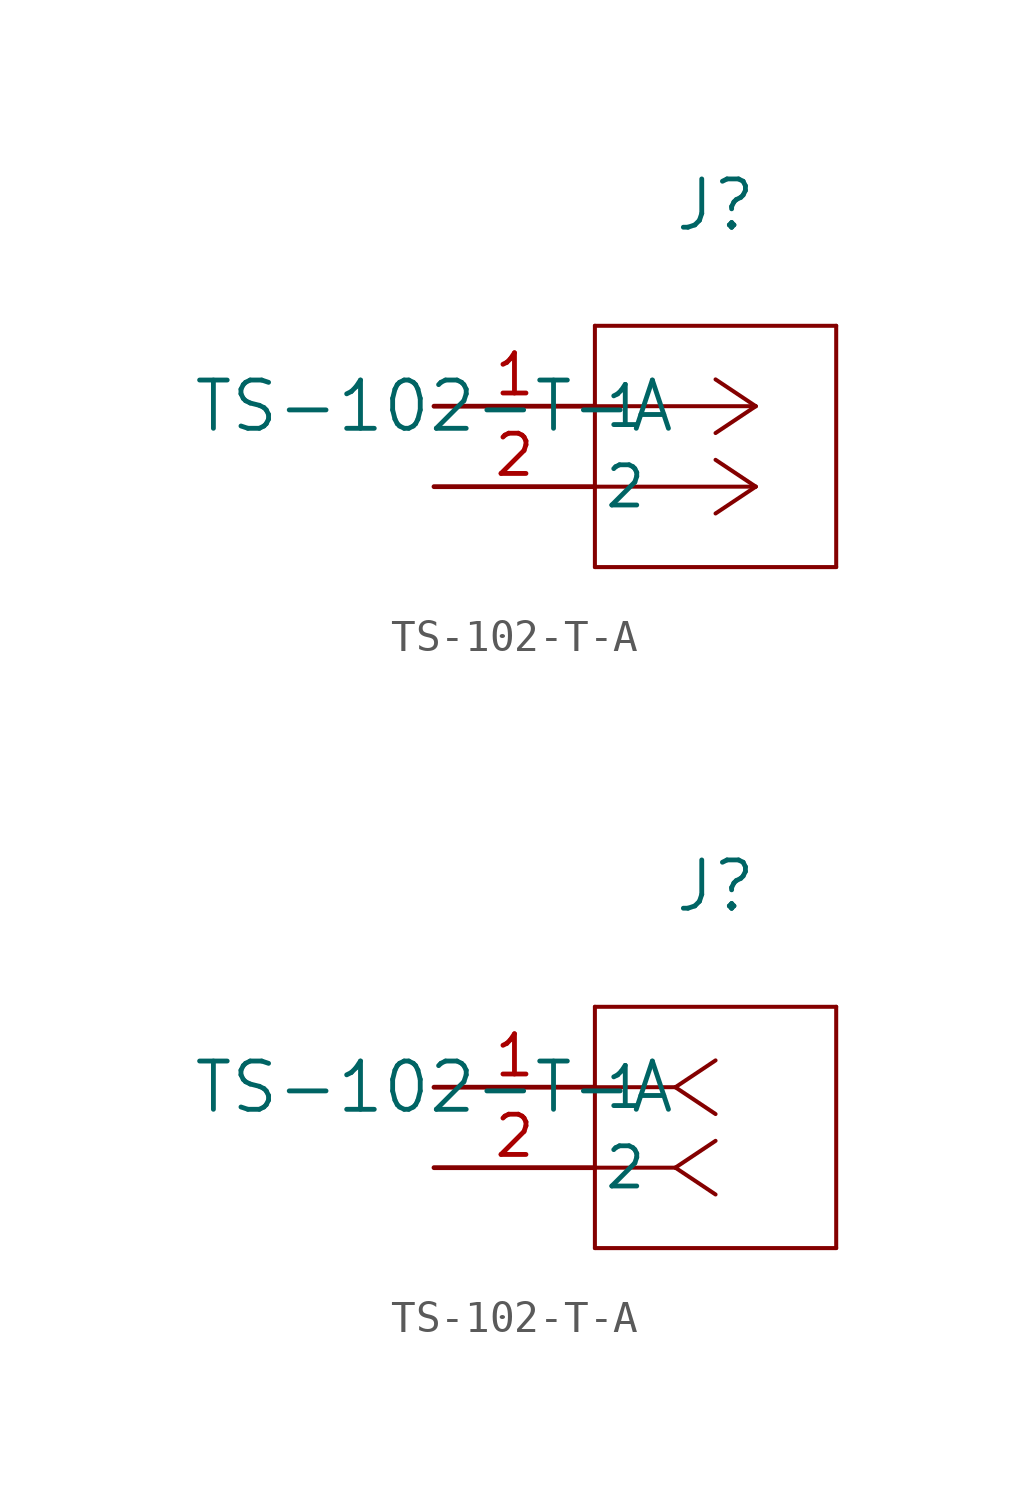
<source format=kicad_sym>
(kicad_symbol_lib
  (version 20211014)
  (generator kicad_symbol_editor)
  (symbol "TS-102-T-A"
    (pin_names
      (offset 0.254))
    (property "Reference" "J"
      (at 8.89 6.35 0)
      (effects (font (size 1.524 1.524))))
    (property "Value" "TS-102-T-A"
      (at 0 0 0)
      (effects (font (size 1.524 1.524))))
    (symbol "TS-102-T-A_1_1"
      (polyline (pts (xy 10.16 0) (xy 5.08 0)) (stroke (width 0.127) (type default) (color 0 0 0 0)) (fill (type none)))
      (polyline (pts (xy 10.16 -2.54) (xy 5.08 -2.54)) (stroke (width 0.127) (type default) (color 0 0 0 0)) (fill (type none)))
      (polyline (pts (xy 10.16 0) (xy 8.89 0.847)) (stroke (width 0.127) (type default) (color 0 0 0 0)) (fill (type none)))
      (polyline (pts (xy 10.16 -2.54) (xy 8.89 -1.693)) (stroke (width 0.127) (type default) (color 0 0 0 0)) (fill (type none)))
      (polyline (pts (xy 10.16 0) (xy 8.89 -0.847)) (stroke (width 0.127) (type default) (color 0 0 0 0)) (fill (type none)))
      (polyline (pts (xy 10.16 -2.54) (xy 8.89 -3.387)) (stroke (width 0.127) (type default) (color 0 0 0 0)) (fill (type none)))
      (polyline (pts (xy 5.08 2.54) (xy 5.08 -5.08)) (stroke (width 0.127) (type default) (color 0 0 0 0)) (fill (type none)))
      (polyline (pts (xy 5.08 -5.08) (xy 12.7 -5.08)) (stroke (width 0.127) (type default) (color 0 0 0 0)) (fill (type none)))
      (polyline (pts (xy 12.7 -5.08) (xy 12.7 2.54)) (stroke (width 0.127) (type default) (color 0 0 0 0)) (fill (type none)))
      (polyline (pts (xy 12.7 2.54) (xy 5.08 2.54)) (stroke (width 0.127) (type default) (color 0 0 0 0)) (fill (type none)))
      (pin unspecified line (at 0 0 0) (length 5.08) (name "1" (effects (font (size 1.27 1.27)))) (number "1" (effects (font (size 1.27 1.27)))))
      (pin unspecified line (at 0 -2.54 0) (length 5.08) (name "2" (effects (font (size 1.27 1.27)))) (number "2" (effects (font (size 1.27 1.27))))))
    (symbol "TS-102-T-A_1_2"
      (polyline (pts (xy 7.62 0) (xy 5.08 0)) (stroke (width 0.127) (type default) (color 0 0 0 0)) (fill (type none)))
      (polyline (pts (xy 7.62 -2.54) (xy 5.08 -2.54)) (stroke (width 0.127) (type default) (color 0 0 0 0)) (fill (type none)))
      (polyline (pts (xy 7.62 0) (xy 8.89 0.847)) (stroke (width 0.127) (type default) (color 0 0 0 0)) (fill (type none)))
      (polyline (pts (xy 7.62 -2.54) (xy 8.89 -1.693)) (stroke (width 0.127) (type default) (color 0 0 0 0)) (fill (type none)))
      (polyline (pts (xy 7.62 0) (xy 8.89 -0.847)) (stroke (width 0.127) (type default) (color 0 0 0 0)) (fill (type none)))
      (polyline (pts (xy 7.62 -2.54) (xy 8.89 -3.387)) (stroke (width 0.127) (type default) (color 0 0 0 0)) (fill (type none)))
      (polyline (pts (xy 5.08 2.54) (xy 5.08 -5.08)) (stroke (width 0.127) (type default) (color 0 0 0 0)) (fill (type none)))
      (polyline (pts (xy 5.08 -5.08) (xy 12.7 -5.08)) (stroke (width 0.127) (type default) (color 0 0 0 0)) (fill (type none)))
      (polyline (pts (xy 12.7 -5.08) (xy 12.7 2.54)) (stroke (width 0.127) (type default) (color 0 0 0 0)) (fill (type none)))
      (polyline (pts (xy 12.7 2.54) (xy 5.08 2.54)) (stroke (width 0.127) (type default) (color 0 0 0 0)) (fill (type none)))
      (pin unspecified line (at 0 0 0) (length 5.08) (name "1" (effects (font (size 1.27 1.27)))) (number "1" (effects (font (size 1.27 1.27)))))
      (pin unspecified line (at 0 -2.54 0) (length 5.08) (name "2" (effects (font (size 1.27 1.27)))) (number "2" (effects (font (size 1.27 1.27))))))))
</source>
